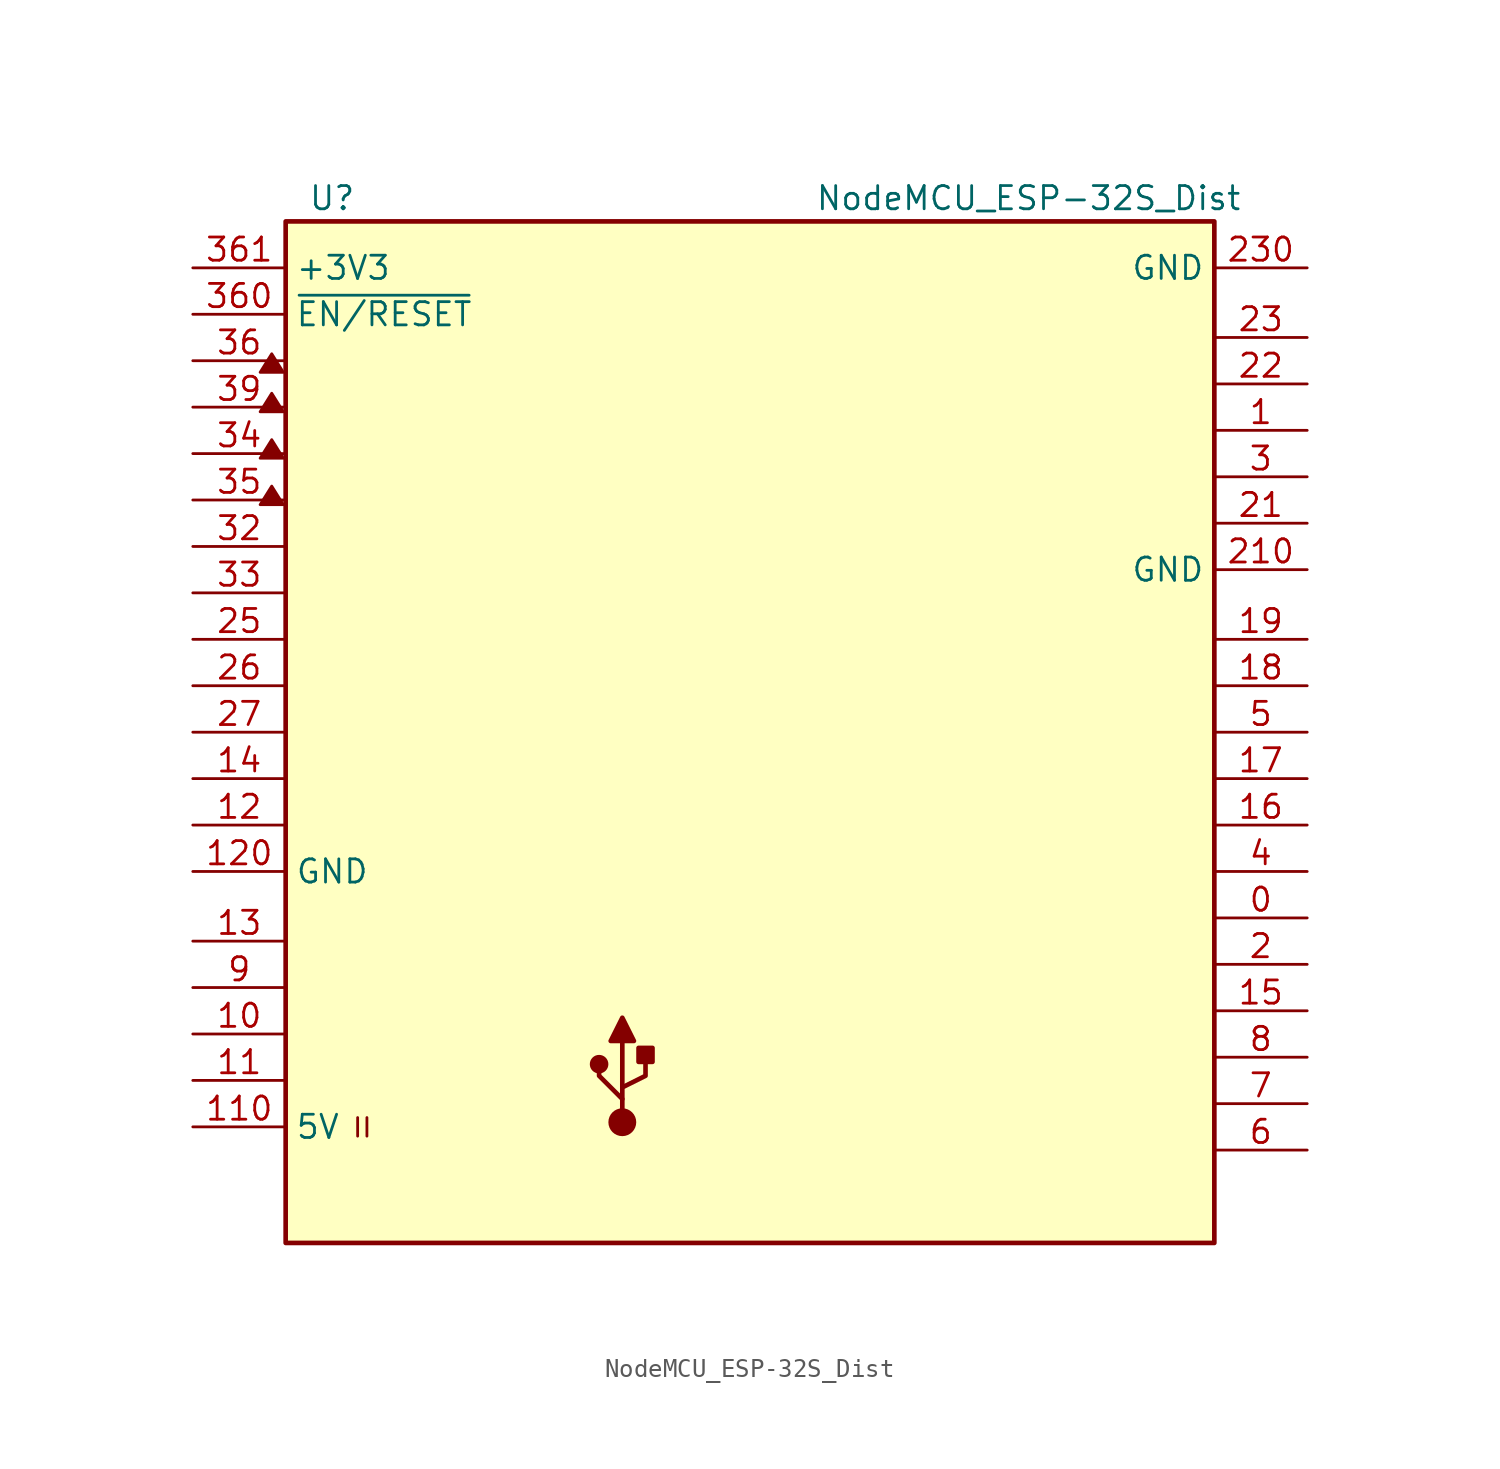
<source format=kicad_sym>
(kicad_symbol_lib
  (version 20231120)
  (generator "kicad_symbol_editor")
  (generator_version "8.0")
  (symbol "NodeMCU_ESP-32S_Dist"
    (property "Reference" "U"
      (at -22.86 29.21 0)
      (effects (font (size 1.27 1.27))))
    (property "Value" "NodeMCU_ESP-32S_Dist"
      (at 15.24 29.21 0)
      (effects (font (size 1.27 1.27))))
    (symbol "NodeMCU_ESP-32S_Dist_0_1"
      (rectangle (start -25.4 -27.94) (end 25.4 27.94) (stroke (width 0.254) (type default)) (fill (type background))))
    (symbol "NodeMCU_ESP-32S_Dist_1_1"
      (circle (center -8.255 -18.161) (radius 0.381) (stroke (width 0.254) (type default)) (fill (type outline)))
      (circle (center -6.985 -21.336) (radius 0.635) (stroke (width 0.254) (type default)) (fill (type outline)))
      (rectangle (start -6.096 -17.272) (end -5.334 -18.034) (stroke (width 0.254) (type default)) (fill (type outline)))
      (polyline (pts (xy -21.463 -22.098) (xy -21.463 -21.082)) (stroke (width 0) (type default)) (fill (type none)))
      (polyline (pts (xy -20.955 -22.098) (xy -20.955 -21.082)) (stroke (width 0) (type default)) (fill (type none)))
      (polyline (pts (xy -6.985 -19.431) (xy -6.985 -16.891)) (stroke (width 0.254) (type default)) (fill (type none)))
      (polyline (pts (xy -7.62 -16.891) (xy -6.35 -16.891) (xy -6.985 -15.621) (xy -7.62 -16.891)) (stroke (width 0.254) (type default)) (fill (type outline)))
      (polyline (pts (xy -6.985 -20.701) (xy -6.985 -20.066) (xy -8.255 -18.796) (xy -8.255 -18.161)) (stroke (width 0.254) (type default)) (fill (type none)))
      (polyline (pts (xy -6.985 -20.066) (xy -6.985 -19.431) (xy -5.715 -18.796) (xy -5.715 -17.526)) (stroke (width 0.254) (type default)) (fill (type none)))
      (polyline (pts (xy -26.797 12.446) (xy -26.162 13.462) (xy -25.527 12.446) (xy -26.797 12.446) (xy -26.162 13.335) (xy -25.654 12.446) (xy -26.67 12.573) (xy -26.162 13.208) (xy -25.781 12.446) (xy -26.543 12.7) (xy -26.035 13.081) (xy -25.908 12.446) (xy -26.416 12.827) (xy -25.908 12.954) (xy -26.035 12.573) (xy -26.289 12.827) (xy -26.035 12.7) (xy -26.162 12.954)) (stroke (width 0) (type default)) (fill (type none)))
      (polyline (pts (xy -26.797 14.986) (xy -26.162 16.002) (xy -25.527 14.986) (xy -26.797 14.986) (xy -26.162 15.875) (xy -25.654 14.986) (xy -26.67 15.113) (xy -26.162 15.748) (xy -25.781 14.986) (xy -26.543 15.24) (xy -26.035 15.621) (xy -25.908 14.986) (xy -26.416 15.367) (xy -25.908 15.494) (xy -26.035 15.113) (xy -26.289 15.367) (xy -26.035 15.24) (xy -26.162 15.494)) (stroke (width 0) (type default)) (fill (type none)))
      (polyline (pts (xy -26.797 17.526) (xy -26.162 18.542) (xy -25.527 17.526) (xy -26.797 17.526) (xy -26.162 18.415) (xy -25.654 17.526) (xy -26.67 17.653) (xy -26.162 18.288) (xy -25.781 17.526) (xy -26.543 17.78) (xy -26.035 18.161) (xy -25.908 17.526) (xy -26.416 17.907) (xy -25.908 18.034) (xy -26.035 17.653) (xy -26.289 17.907) (xy -26.035 17.78) (xy -26.162 18.034)) (stroke (width 0) (type default)) (fill (type none)))
      (polyline (pts (xy -26.797 19.685) (xy -26.162 20.701) (xy -25.527 19.685) (xy -26.797 19.685) (xy -26.162 20.574) (xy -25.654 19.685) (xy -26.67 19.812) (xy -26.162 20.447) (xy -25.781 19.685) (xy -26.543 19.939) (xy -26.035 20.32) (xy -25.908 19.685) (xy -26.416 20.066) (xy -25.908 20.193) (xy -26.035 19.812) (xy -26.289 20.066) (xy -26.035 19.939) (xy -26.162 20.193)) (stroke (width 0) (type default)) (fill (type none)))
      (pin bidirectional line (at 30.48 -10.16 180) (length 5.08) (name "~" (effects (font (size 1.27 1.27)))) (number "0" (effects (font (size 1.27 1.27)))))
      (pin bidirectional line (at 30.48 16.51 180) (length 5.08) (name "~" (effects (font (size 1.27 1.27)))) (number "1" (effects (font (size 1.27 1.27)))))
      (pin bidirectional line (at -30.48 -16.51 0) (length 5.08) (name "~" (effects (font (size 1.27 1.27)))) (number "10" (effects (font (size 1.27 1.27)))))
      (pin bidirectional line (at -30.48 -19.05 0) (length 5.08) (name "~" (effects (font (size 1.27 1.27)))) (number "11" (effects (font (size 1.27 1.27)))))
      (pin power_in line (at -30.48 -21.59 0) (length 5.08) (name "5V" (effects (font (size 1.27 1.27)))) (number "110" (effects (font (size 1.27 1.27)))))
      (pin bidirectional line (at -30.48 -5.08 0) (length 5.08) (name "~" (effects (font (size 1.27 1.27)))) (number "12" (effects (font (size 1.27 1.27)))))
      (pin power_in line (at -30.48 -7.62 0) (length 5.08) (name "GND" (effects (font (size 1.27 1.27)))) (number "120" (effects (font (size 1.27 1.27)))))
      (pin bidirectional line (at -30.48 -11.43 0) (length 5.08) (name "~" (effects (font (size 1.27 1.27)))) (number "13" (effects (font (size 1.27 1.27)))))
      (pin bidirectional line (at -30.48 -2.54 0) (length 5.08) (name "~" (effects (font (size 1.27 1.27)))) (number "14" (effects (font (size 1.27 1.27)))))
      (pin bidirectional line (at 30.48 -15.24 180) (length 5.08) (name "~" (effects (font (size 1.27 1.27)))) (number "15" (effects (font (size 1.27 1.27)))))
      (pin bidirectional line (at 30.48 -5.08 180) (length 5.08) (name "~" (effects (font (size 1.27 1.27)))) (number "16" (effects (font (size 1.27 1.27)))))
      (pin bidirectional line (at 30.48 -2.54 180) (length 5.08) (name "~" (effects (font (size 1.27 1.27)))) (number "17" (effects (font (size 1.27 1.27)))))
      (pin bidirectional line (at 30.48 2.54 180) (length 5.08) (name "~" (effects (font (size 1.27 1.27)))) (number "18" (effects (font (size 1.27 1.27)))))
      (pin bidirectional line (at 30.48 5.08 180) (length 5.08) (name "~" (effects (font (size 1.27 1.27)))) (number "19" (effects (font (size 1.27 1.27)))))
      (pin bidirectional line (at 30.48 -12.7 180) (length 5.08) (name "~" (effects (font (size 1.27 1.27)))) (number "2" (effects (font (size 1.27 1.27)))))
      (pin bidirectional line (at 30.48 11.43 180) (length 5.08) (name "~" (effects (font (size 1.27 1.27)))) (number "21" (effects (font (size 1.27 1.27)))))
      (pin power_in line (at 30.48 8.89 180) (length 5.08) (name "GND" (effects (font (size 1.27 1.27)))) (number "210" (effects (font (size 1.27 1.27)))))
      (pin bidirectional line (at 30.48 19.05 180) (length 5.08) (name "~" (effects (font (size 1.27 1.27)))) (number "22" (effects (font (size 1.27 1.27)))))
      (pin bidirectional line (at 30.48 21.59 180) (length 5.08) (name "~" (effects (font (size 1.27 1.27)))) (number "23" (effects (font (size 1.27 1.27)))))
      (pin power_in line (at 30.48 25.4 180) (length 5.08) (name "GND" (effects (font (size 1.27 1.27)))) (number "230" (effects (font (size 1.27 1.27)))))
      (pin bidirectional line (at -30.48 5.08 0) (length 5.08) (name "~" (effects (font (size 1.27 1.27)))) (number "25" (effects (font (size 1.27 1.27)))))
      (pin bidirectional line (at -30.48 2.54 0) (length 5.08) (name "~" (effects (font (size 1.27 1.27)))) (number "26" (effects (font (size 1.27 1.27)))))
      (pin bidirectional line (at -30.48 0 0) (length 5.08) (name "~" (effects (font (size 1.27 1.27)))) (number "27" (effects (font (size 1.27 1.27)))))
      (pin bidirectional line (at 30.48 13.97 180) (length 5.08) (name "~" (effects (font (size 1.27 1.27)))) (number "3" (effects (font (size 1.27 1.27)))))
      (pin bidirectional line (at -30.48 10.16 0) (length 5.08) (name "~" (effects (font (size 1.27 1.27)))) (number "32" (effects (font (size 1.27 1.27)))))
      (pin bidirectional line (at -30.48 7.62 0) (length 5.08) (name "~" (effects (font (size 1.27 1.27)))) (number "33" (effects (font (size 1.27 1.27)))))
      (pin input line (at -30.48 15.24 0) (length 5.08) (name "~" (effects (font (size 1.27 1.27)))) (number "34" (effects (font (size 1.27 1.27)))))
      (pin input line (at -30.48 12.7 0) (length 5.08) (name "~" (effects (font (size 1.27 1.27)))) (number "35" (effects (font (size 1.27 1.27)))))
      (pin input line (at -30.48 20.32 0) (length 5.08) (name "~" (effects (font (size 1.27 1.27)))) (number "36" (effects (font (size 1.27 1.27)))))
      (pin input line (at -30.48 22.86 0) (length 5.08) (name "~{EN/RESET}" (effects (font (size 1.27 1.27)))) (number "360" (effects (font (size 1.27 1.27)))))
      (pin power_in line (at -30.48 25.4 0) (length 5.08) (name "+3V3" (effects (font (size 1.27 1.27)))) (number "361" (effects (font (size 1.27 1.27)))))
      (pin input line (at -30.48 17.78 0) (length 5.08) (name "~" (effects (font (size 1.27 1.27)))) (number "39" (effects (font (size 1.27 1.27)))))
      (pin bidirectional line (at 30.48 -7.62 180) (length 5.08) (name "~" (effects (font (size 1.27 1.27)))) (number "4" (effects (font (size 1.27 1.27)))))
      (pin bidirectional line (at 30.48 0 180) (length 5.08) (name "~" (effects (font (size 1.27 1.27)))) (number "5" (effects (font (size 1.27 1.27)))))
      (pin bidirectional line (at 30.48 -22.86 180) (length 5.08) (name "~" (effects (font (size 1.27 1.27)))) (number "6" (effects (font (size 1.27 1.27)))))
      (pin bidirectional line (at 30.48 -20.32 180) (length 5.08) (name "~" (effects (font (size 1.27 1.27)))) (number "7" (effects (font (size 1.27 1.27)))))
      (pin bidirectional line (at 30.48 -17.78 180) (length 5.08) (name "~" (effects (font (size 1.27 1.27)))) (number "8" (effects (font (size 1.27 1.27)))))
      (pin bidirectional line (at -30.48 -13.97 0) (length 5.08) (name "~" (effects (font (size 1.27 1.27)))) (number "9" (effects (font (size 1.27 1.27))))))))
</source>
